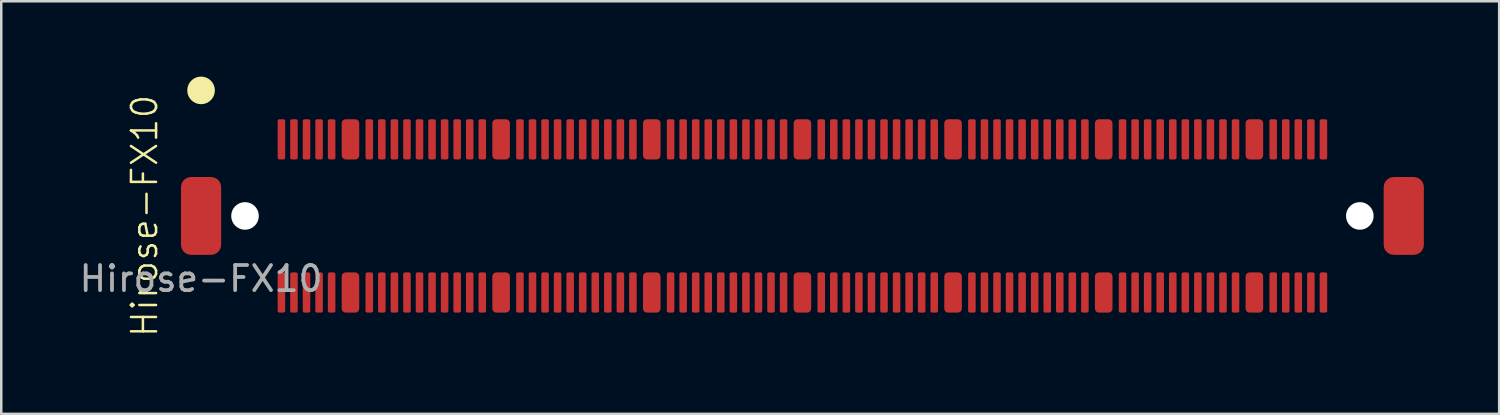
<source format=kicad_pcb>
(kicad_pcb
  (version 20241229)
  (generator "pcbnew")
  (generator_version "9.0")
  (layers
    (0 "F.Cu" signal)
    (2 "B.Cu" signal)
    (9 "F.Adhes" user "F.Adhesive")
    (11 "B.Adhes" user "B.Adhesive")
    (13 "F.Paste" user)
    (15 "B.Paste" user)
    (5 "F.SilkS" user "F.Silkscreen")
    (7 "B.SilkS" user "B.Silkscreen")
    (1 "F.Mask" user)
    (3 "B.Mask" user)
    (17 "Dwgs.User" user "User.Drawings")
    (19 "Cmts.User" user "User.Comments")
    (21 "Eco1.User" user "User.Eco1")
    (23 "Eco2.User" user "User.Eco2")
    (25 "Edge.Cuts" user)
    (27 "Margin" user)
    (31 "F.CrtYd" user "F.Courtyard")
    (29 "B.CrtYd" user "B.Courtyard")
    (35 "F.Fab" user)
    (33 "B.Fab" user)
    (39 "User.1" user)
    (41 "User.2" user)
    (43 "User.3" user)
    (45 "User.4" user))
  (footprint "Hirose-FX10"
    (layer "F.Cu")
    (at 4.958 5.55)
    (property "Reference" "Hirose-FX10" (at -2.25 0 90) (unlocked yes) (layer "F.SilkS") (effects (font (size 1 1) (thickness 0.1))))
    (attr smd)
    (fp_circle (center 0 -5) (end 0.5 -5) (stroke (width 0.1) (type solid)) (fill yes) (layer "F.SilkS"))
    (fp_text user "${REFERENCE}" (at 0 2.5 0) (unlocked yes) (layer "F.Fab") (effects (font (size 1 1) (thickness 0.15))))
    (pad "" np_thru_hole circle (at 1.75 0) (size 1.1 1.1) (drill 1.1) (layers "*.Cu" "*.Mask"))
    (pad "" np_thru_hole circle (at 46.15 0) (size 1.1 1.1) (drill 1.2) (layers "*.Cu" "*.Mask"))
    (pad "1" smd roundrect (at 3.2 -3.05) (size 0.3 1.6) (layers "F.Cu" "F.Mask" "F.Paste") (roundrect_rratio 0.227))
    (pad "2" smd roundrect (at 3.2 3.05) (size 0.3 1.6) (layers "F.Cu" "F.Mask" "F.Paste") (roundrect_rratio 0.227))
    (pad "3" smd roundrect (at 3.7 -3.05) (size 0.3 1.6) (layers "F.Cu" "F.Mask" "F.Paste") (roundrect_rratio 0.227))
    (pad "4" smd roundrect (at 3.7 3.05) (size 0.3 1.6) (layers "F.Cu" "F.Mask" "F.Paste") (roundrect_rratio 0.227))
    (pad "5" smd roundrect (at 4.2 -3.05) (size 0.3 1.6) (layers "F.Cu" "F.Mask" "F.Paste") (roundrect_rratio 0.227))
    (pad "6" smd roundrect (at 4.2 3.05) (size 0.3 1.6) (layers "F.Cu" "F.Mask" "F.Paste") (roundrect_rratio 0.227))
    (pad "7" smd roundrect (at 4.7 -3.05) (size 0.3 1.6) (layers "F.Cu" "F.Mask" "F.Paste") (roundrect_rratio 0.227))
    (pad "8" smd roundrect (at 4.7 3.05) (size 0.3 1.6) (layers "F.Cu" "F.Mask" "F.Paste") (roundrect_rratio 0.227))
    (pad "9" smd roundrect (at 5.2 -3.05) (size 0.3 1.6) (layers "F.Cu" "F.Mask" "F.Paste") (roundrect_rratio 0.227))
    (pad "10" smd roundrect (at 5.2 3.05) (size 0.3 1.6) (layers "F.Cu" "F.Mask" "F.Paste") (roundrect_rratio 0.227))
    (pad "11" smd roundrect (at 6.7 -3.05) (size 0.3 1.6) (layers "F.Cu" "F.Mask" "F.Paste") (roundrect_rratio 0.227))
    (pad "12" smd roundrect (at 6.7 3.05) (size 0.3 1.6) (layers "F.Cu" "F.Mask" "F.Paste") (roundrect_rratio 0.227))
    (pad "13" smd roundrect (at 7.2 -3.05) (size 0.3 1.6) (layers "F.Cu" "F.Mask" "F.Paste") (roundrect_rratio 0.227))
    (pad "14" smd roundrect (at 7.2 3.05) (size 0.3 1.6) (layers "F.Cu" "F.Mask" "F.Paste") (roundrect_rratio 0.227))
    (pad "15" smd roundrect (at 7.7 -3.05) (size 0.3 1.6) (layers "F.Cu" "F.Mask" "F.Paste") (roundrect_rratio 0.227))
    (pad "16" smd roundrect (at 7.7 3.05) (size 0.3 1.6) (layers "F.Cu" "F.Mask" "F.Paste") (roundrect_rratio 0.227))
    (pad "17" smd roundrect (at 8.2 -3.05) (size 0.3 1.6) (layers "F.Cu" "F.Mask" "F.Paste") (roundrect_rratio 0.227))
    (pad "18" smd roundrect (at 8.2 3.05) (size 0.3 1.6) (layers "F.Cu" "F.Mask" "F.Paste") (roundrect_rratio 0.227))
    (pad "19" smd roundrect (at 8.7 -3.05) (size 0.3 1.6) (layers "F.Cu" "F.Mask" "F.Paste") (roundrect_rratio 0.227))
    (pad "20" smd roundrect (at 8.7 3.05) (size 0.3 1.6) (layers "F.Cu" "F.Mask" "F.Paste") (roundrect_rratio 0.227))
    (pad "21" smd roundrect (at 9.2 -3.05) (size 0.3 1.6) (layers "F.Cu" "F.Mask" "F.Paste") (roundrect_rratio 0.227))
    (pad "22" smd roundrect (at 9.2 3.05) (size 0.3 1.6) (layers "F.Cu" "F.Mask" "F.Paste") (roundrect_rratio 0.227))
    (pad "23" smd roundrect (at 9.7 -3.05) (size 0.3 1.6) (layers "F.Cu" "F.Mask" "F.Paste") (roundrect_rratio 0.227))
    (pad "24" smd roundrect (at 9.7 3.05) (size 0.3 1.6) (layers "F.Cu" "F.Mask" "F.Paste") (roundrect_rratio 0.227))
    (pad "25" smd roundrect (at 10.2 -3.05) (size 0.3 1.6) (layers "F.Cu" "F.Mask" "F.Paste") (roundrect_rratio 0.227))
    (pad "26" smd roundrect (at 10.2 3.05) (size 0.3 1.6) (layers "F.Cu" "F.Mask" "F.Paste") (roundrect_rratio 0.227))
    (pad "27" smd roundrect (at 10.7 -3.05) (size 0.3 1.6) (layers "F.Cu" "F.Mask" "F.Paste") (roundrect_rratio 0.227))
    (pad "28" smd roundrect (at 10.7 3.05) (size 0.3 1.6) (layers "F.Cu" "F.Mask" "F.Paste") (roundrect_rratio 0.227))
    (pad "29" smd roundrect (at 11.2 -3.05) (size 0.3 1.6) (layers "F.Cu" "F.Mask" "F.Paste") (roundrect_rratio 0.227))
    (pad "30" smd roundrect (at 11.2 3.05) (size 0.3 1.6) (layers "F.Cu" "F.Mask" "F.Paste") (roundrect_rratio 0.227))
    (pad "31" smd roundrect (at 12.7 -3.05) (size 0.3 1.6) (layers "F.Cu" "F.Mask" "F.Paste") (roundrect_rratio 0.227))
    (pad "32" smd roundrect (at 12.7 3.05) (size 0.3 1.6) (layers "F.Cu" "F.Mask" "F.Paste") (roundrect_rratio 0.227))
    (pad "33" smd roundrect (at 13.2 -3.05) (size 0.3 1.6) (layers "F.Cu" "F.Mask" "F.Paste") (roundrect_rratio 0.227))
    (pad "34" smd roundrect (at 13.2 3.05) (size 0.3 1.6) (layers "F.Cu" "F.Mask" "F.Paste") (roundrect_rratio 0.227))
    (pad "35" smd roundrect (at 13.7 -3.05) (size 0.3 1.6) (layers "F.Cu" "F.Mask" "F.Paste") (roundrect_rratio 0.227))
    (pad "36" smd roundrect (at 13.7 3.05) (size 0.3 1.6) (layers "F.Cu" "F.Mask" "F.Paste") (roundrect_rratio 0.227))
    (pad "37" smd roundrect (at 14.2 -3.05) (size 0.3 1.6) (layers "F.Cu" "F.Mask" "F.Paste") (roundrect_rratio 0.227))
    (pad "38" smd roundrect (at 14.2 3.05) (size 0.3 1.6) (layers "F.Cu" "F.Mask" "F.Paste") (roundrect_rratio 0.227))
    (pad "39" smd roundrect (at 14.7 -3.05) (size 0.3 1.6) (layers "F.Cu" "F.Mask" "F.Paste") (roundrect_rratio 0.227))
    (pad "40" smd roundrect (at 14.7 3.05) (size 0.3 1.6) (layers "F.Cu" "F.Mask" "F.Paste") (roundrect_rratio 0.227))
    (pad "41" smd roundrect (at 15.2 -3.05) (size 0.3 1.6) (layers "F.Cu" "F.Mask" "F.Paste") (roundrect_rratio 0.227))
    (pad "42" smd roundrect (at 15.2 3.05) (size 0.3 1.6) (layers "F.Cu" "F.Mask" "F.Paste") (roundrect_rratio 0.227))
    (pad "43" smd roundrect (at 15.7 -3.05) (size 0.3 1.6) (layers "F.Cu" "F.Mask" "F.Paste") (roundrect_rratio 0.227))
    (pad "44" smd roundrect (at 15.7 3.05) (size 0.3 1.6) (layers "F.Cu" "F.Mask" "F.Paste") (roundrect_rratio 0.227))
    (pad "45" smd roundrect (at 16.2 -3.05) (size 0.3 1.6) (layers "F.Cu" "F.Mask" "F.Paste") (roundrect_rratio 0.227))
    (pad "46" smd roundrect (at 16.2 3.05) (size 0.3 1.6) (layers "F.Cu" "F.Mask" "F.Paste") (roundrect_rratio 0.227))
    (pad "47" smd roundrect (at 16.7 -3.05) (size 0.3 1.6) (layers "F.Cu" "F.Mask" "F.Paste") (roundrect_rratio 0.227))
    (pad "48" smd roundrect (at 16.7 3.05) (size 0.3 1.6) (layers "F.Cu" "F.Mask" "F.Paste") (roundrect_rratio 0.227))
    (pad "49" smd roundrect (at 17.2 -3.05) (size 0.3 1.6) (layers "F.Cu" "F.Mask" "F.Paste") (roundrect_rratio 0.227))
    (pad "50" smd roundrect (at 17.2 3.05) (size 0.3 1.6) (layers "F.Cu" "F.Mask" "F.Paste") (roundrect_rratio 0.227))
    (pad "51" smd roundrect (at 18.7 -3.05) (size 0.3 1.6) (layers "F.Cu" "F.Mask" "F.Paste") (roundrect_rratio 0.227))
    (pad "52" smd roundrect (at 18.7 3.05) (size 0.3 1.6) (layers "F.Cu" "F.Mask" "F.Paste") (roundrect_rratio 0.227))
    (pad "53" smd roundrect (at 19.2 -3.05) (size 0.3 1.6) (layers "F.Cu" "F.Mask" "F.Paste") (roundrect_rratio 0.227))
    (pad "54" smd roundrect (at 19.2 3.05) (size 0.3 1.6) (layers "F.Cu" "F.Mask" "F.Paste") (roundrect_rratio 0.227))
    (pad "55" smd roundrect (at 19.7 -3.05) (size 0.3 1.6) (layers "F.Cu" "F.Mask" "F.Paste") (roundrect_rratio 0.227))
    (pad "56" smd roundrect (at 19.7 3.05) (size 0.3 1.6) (layers "F.Cu" "F.Mask" "F.Paste") (roundrect_rratio 0.227))
    (pad "57" smd roundrect (at 20.2 -3.05) (size 0.3 1.6) (layers "F.Cu" "F.Mask" "F.Paste") (roundrect_rratio 0.227))
    (pad "58" smd roundrect (at 20.2 3.05) (size 0.3 1.6) (layers "F.Cu" "F.Mask" "F.Paste") (roundrect_rratio 0.227))
    (pad "59" smd roundrect (at 20.7 -3.05) (size 0.3 1.6) (layers "F.Cu" "F.Mask" "F.Paste") (roundrect_rratio 0.227))
    (pad "60" smd roundrect (at 20.7 3.05) (size 0.3 1.6) (layers "F.Cu" "F.Mask" "F.Paste") (roundrect_rratio 0.227))
    (pad "61" smd roundrect (at 21.2 -3.05) (size 0.3 1.6) (layers "F.Cu" "F.Mask" "F.Paste") (roundrect_rratio 0.227))
    (pad "62" smd roundrect (at 21.2 3.05) (size 0.3 1.6) (layers "F.Cu" "F.Mask" "F.Paste") (roundrect_rratio 0.227))
    (pad "63" smd roundrect (at 21.7 -3.05) (size 0.3 1.6) (layers "F.Cu" "F.Mask" "F.Paste") (roundrect_rratio 0.227))
    (pad "64" smd roundrect (at 21.7 3.05) (size 0.3 1.6) (layers "F.Cu" "F.Mask" "F.Paste") (roundrect_rratio 0.227))
    (pad "65" smd roundrect (at 22.2 -3.05) (size 0.3 1.6) (layers "F.Cu" "F.Mask" "F.Paste") (roundrect_rratio 0.227))
    (pad "66" smd roundrect (at 22.2 3.05) (size 0.3 1.6) (layers "F.Cu" "F.Mask" "F.Paste") (roundrect_rratio 0.227))
    (pad "67" smd roundrect (at 22.7 -3.05) (size 0.3 1.6) (layers "F.Cu" "F.Mask" "F.Paste") (roundrect_rratio 0.227))
    (pad "68" smd roundrect (at 22.7 3.05) (size 0.3 1.6) (layers "F.Cu" "F.Mask" "F.Paste") (roundrect_rratio 0.227))
    (pad "69" smd roundrect (at 23.2 -3.05) (size 0.3 1.6) (layers "F.Cu" "F.Mask" "F.Paste") (roundrect_rratio 0.227))
    (pad "70" smd roundrect (at 23.2 3.05) (size 0.3 1.6) (layers "F.Cu" "F.Mask" "F.Paste") (roundrect_rratio 0.227))
    (pad "71" smd roundrect (at 24.7 -3.05) (size 0.3 1.6) (layers "F.Cu" "F.Mask" "F.Paste") (roundrect_rratio 0.227))
    (pad "72" smd roundrect (at 24.7 3.05) (size 0.3 1.6) (layers "F.Cu" "F.Mask" "F.Paste") (roundrect_rratio 0.227))
    (pad "73" smd roundrect (at 25.2 -3.05) (size 0.3 1.6) (layers "F.Cu" "F.Mask" "F.Paste") (roundrect_rratio 0.227))
    (pad "74" smd roundrect (at 25.2 3.05) (size 0.3 1.6) (layers "F.Cu" "F.Mask" "F.Paste") (roundrect_rratio 0.227))
    (pad "75" smd roundrect (at 25.7 -3.05) (size 0.3 1.6) (layers "F.Cu" "F.Mask" "F.Paste") (roundrect_rratio 0.227))
    (pad "76" smd roundrect (at 25.7 3.05) (size 0.3 1.6) (layers "F.Cu" "F.Mask" "F.Paste") (roundrect_rratio 0.227))
    (pad "77" smd roundrect (at 26.2 -3.05) (size 0.3 1.6) (layers "F.Cu" "F.Mask" "F.Paste") (roundrect_rratio 0.227))
    (pad "78" smd roundrect (at 26.2 3.05) (size 0.3 1.6) (layers "F.Cu" "F.Mask" "F.Paste") (roundrect_rratio 0.227))
    (pad "79" smd roundrect (at 26.7 -3.05) (size 0.3 1.6) (layers "F.Cu" "F.Mask" "F.Paste") (roundrect_rratio 0.227))
    (pad "80" smd roundrect (at 26.7 3.05) (size 0.3 1.6) (layers "F.Cu" "F.Mask" "F.Paste") (roundrect_rratio 0.227))
    (pad "81" smd roundrect (at 27.2 -3.05) (size 0.3 1.6) (layers "F.Cu" "F.Mask" "F.Paste") (roundrect_rratio 0.227))
    (pad "82" smd roundrect (at 27.2 3.05) (size 0.3 1.6) (layers "F.Cu" "F.Mask" "F.Paste") (roundrect_rratio 0.227))
    (pad "83" smd roundrect (at 27.7 -3.05) (size 0.3 1.6) (layers "F.Cu" "F.Mask" "F.Paste") (roundrect_rratio 0.227))
    (pad "84" smd roundrect (at 27.7 3.05) (size 0.3 1.6) (layers "F.Cu" "F.Mask" "F.Paste") (roundrect_rratio 0.227))
    (pad "85" smd roundrect (at 28.2 -3.05) (size 0.3 1.6) (layers "F.Cu" "F.Mask" "F.Paste") (roundrect_rratio 0.227))
    (pad "86" smd roundrect (at 28.2 3.05) (size 0.3 1.6) (layers "F.Cu" "F.Mask" "F.Paste") (roundrect_rratio 0.227))
    (pad "87" smd roundrect (at 28.7 -3.05) (size 0.3 1.6) (layers "F.Cu" "F.Mask" "F.Paste") (roundrect_rratio 0.227))
    (pad "88" smd roundrect (at 28.7 3.05) (size 0.3 1.6) (layers "F.Cu" "F.Mask" "F.Paste") (roundrect_rratio 0.227))
    (pad "89" smd roundrect (at 29.2 -3.05) (size 0.3 1.6) (layers "F.Cu" "F.Mask" "F.Paste") (roundrect_rratio 0.227))
    (pad "90" smd roundrect (at 29.2 3.05) (size 0.3 1.6) (layers "F.Cu" "F.Mask" "F.Paste") (roundrect_rratio 0.227))
    (pad "91" smd roundrect (at 30.7 -3.05) (size 0.3 1.6) (layers "F.Cu" "F.Mask" "F.Paste") (roundrect_rratio 0.227))
    (pad "92" smd roundrect (at 30.7 3.05) (size 0.3 1.6) (layers "F.Cu" "F.Mask" "F.Paste") (roundrect_rratio 0.227))
    (pad "93" smd roundrect (at 31.2 -3.05) (size 0.3 1.6) (layers "F.Cu" "F.Mask" "F.Paste") (roundrect_rratio 0.227))
    (pad "94" smd roundrect (at 31.2 3.05) (size 0.3 1.6) (layers "F.Cu" "F.Mask" "F.Paste") (roundrect_rratio 0.227))
    (pad "95" smd roundrect (at 31.7 -3.05) (size 0.3 1.6) (layers "F.Cu" "F.Mask" "F.Paste") (roundrect_rratio 0.227))
    (pad "96" smd roundrect (at 31.7 3.05) (size 0.3 1.6) (layers "F.Cu" "F.Mask" "F.Paste") (roundrect_rratio 0.227))
    (pad "97" smd roundrect (at 32.2 -3.05) (size 0.3 1.6) (layers "F.Cu" "F.Mask" "F.Paste") (roundrect_rratio 0.227))
    (pad "98" smd roundrect (at 32.2 3.05) (size 0.3 1.6) (layers "F.Cu" "F.Mask" "F.Paste") (roundrect_rratio 0.227))
    (pad "99" smd roundrect (at 32.7 -3.05) (size 0.3 1.6) (layers "F.Cu" "F.Mask" "F.Paste") (roundrect_rratio 0.227))
    (pad "100" smd roundrect (at 32.7 3.05) (size 0.3 1.6) (layers "F.Cu" "F.Mask" "F.Paste") (roundrect_rratio 0.227))
    (pad "101" smd roundrect (at 33.2 -3.05) (size 0.3 1.6) (layers "F.Cu" "F.Mask" "F.Paste") (roundrect_rratio 0.227))
    (pad "102" smd roundrect (at 33.2 3.05) (size 0.3 1.6) (layers "F.Cu" "F.Mask" "F.Paste") (roundrect_rratio 0.227))
    (pad "103" smd roundrect (at 33.7 -3.05) (size 0.3 1.6) (layers "F.Cu" "F.Mask" "F.Paste") (roundrect_rratio 0.227))
    (pad "104" smd roundrect (at 33.7 3.05) (size 0.3 1.6) (layers "F.Cu" "F.Mask" "F.Paste") (roundrect_rratio 0.227))
    (pad "105" smd roundrect (at 34.2 -3.05) (size 0.3 1.6) (layers "F.Cu" "F.Mask" "F.Paste") (roundrect_rratio 0.227))
    (pad "106" smd roundrect (at 34.2 3.05) (size 0.3 1.6) (layers "F.Cu" "F.Mask" "F.Paste") (roundrect_rratio 0.227))
    (pad "107" smd roundrect (at 34.7 -3.05) (size 0.3 1.6) (layers "F.Cu" "F.Mask" "F.Paste") (roundrect_rratio 0.227))
    (pad "108" smd roundrect (at 34.7 3.05) (size 0.3 1.6) (layers "F.Cu" "F.Mask" "F.Paste") (roundrect_rratio 0.227))
    (pad "109" smd roundrect (at 35.2 -3.05) (size 0.3 1.6) (layers "F.Cu" "F.Mask" "F.Paste") (roundrect_rratio 0.227))
    (pad "110" smd roundrect (at 35.2 3.05) (size 0.3 1.6) (layers "F.Cu" "F.Mask" "F.Paste") (roundrect_rratio 0.227))
    (pad "111" smd roundrect (at 36.7 -3.05) (size 0.3 1.6) (layers "F.Cu" "F.Mask" "F.Paste") (roundrect_rratio 0.227))
    (pad "112" smd roundrect (at 36.7 3.05) (size 0.3 1.6) (layers "F.Cu" "F.Mask" "F.Paste") (roundrect_rratio 0.227))
    (pad "113" smd roundrect (at 37.2 -3.05) (size 0.3 1.6) (layers "F.Cu" "F.Mask" "F.Paste") (roundrect_rratio 0.227))
    (pad "114" smd roundrect (at 37.2 3.05) (size 0.3 1.6) (layers "F.Cu" "F.Mask" "F.Paste") (roundrect_rratio 0.227))
    (pad "115" smd roundrect (at 37.7 -3.05) (size 0.3 1.6) (layers "F.Cu" "F.Mask" "F.Paste") (roundrect_rratio 0.227))
    (pad "116" smd roundrect (at 37.7 3.05) (size 0.3 1.6) (layers "F.Cu" "F.Mask" "F.Paste") (roundrect_rratio 0.227))
    (pad "117" smd roundrect (at 38.2 -3.05) (size 0.3 1.6) (layers "F.Cu" "F.Mask" "F.Paste") (roundrect_rratio 0.227))
    (pad "118" smd roundrect (at 38.2 3.05) (size 0.3 1.6) (layers "F.Cu" "F.Mask" "F.Paste") (roundrect_rratio 0.227))
    (pad "119" smd roundrect (at 38.7 -3.05) (size 0.3 1.6) (layers "F.Cu" "F.Mask" "F.Paste") (roundrect_rratio 0.227))
    (pad "120" smd roundrect (at 38.7 3.05) (size 0.3 1.6) (layers "F.Cu" "F.Mask" "F.Paste") (roundrect_rratio 0.227))
    (pad "121" smd roundrect (at 39.2 -3.05) (size 0.3 1.6) (layers "F.Cu" "F.Mask" "F.Paste") (roundrect_rratio 0.227))
    (pad "122" smd roundrect (at 39.2 3.05) (size 0.3 1.6) (layers "F.Cu" "F.Mask" "F.Paste") (roundrect_rratio 0.227))
    (pad "123" smd roundrect (at 39.7 -3.05) (size 0.3 1.6) (layers "F.Cu" "F.Mask" "F.Paste") (roundrect_rratio 0.227))
    (pad "124" smd roundrect (at 39.7 3.05) (size 0.3 1.6) (layers "F.Cu" "F.Mask" "F.Paste") (roundrect_rratio 0.227))
    (pad "125" smd roundrect (at 40.2 -3.05) (size 0.3 1.6) (layers "F.Cu" "F.Mask" "F.Paste") (roundrect_rratio 0.227))
    (pad "126" smd roundrect (at 40.2 3.05) (size 0.3 1.6) (layers "F.Cu" "F.Mask" "F.Paste") (roundrect_rratio 0.227))
    (pad "127" smd roundrect (at 40.7 -3.05) (size 0.3 1.6) (layers "F.Cu" "F.Mask" "F.Paste") (roundrect_rratio 0.227))
    (pad "128" smd roundrect (at 40.7 3.05) (size 0.3 1.6) (layers "F.Cu" "F.Mask" "F.Paste") (roundrect_rratio 0.227))
    (pad "129" smd roundrect (at 41.2 -3.05) (size 0.3 1.6) (layers "F.Cu" "F.Mask" "F.Paste") (roundrect_rratio 0.227))
    (pad "130" smd roundrect (at 41.2 3.05) (size 0.3 1.6) (layers "F.Cu" "F.Mask" "F.Paste") (roundrect_rratio 0.227))
    (pad "131" smd roundrect (at 42.7 -3.05) (size 0.3 1.6) (layers "F.Cu" "F.Mask" "F.Paste") (roundrect_rratio 0.227))
    (pad "132" smd roundrect (at 42.7 3.05) (size 0.3 1.6) (layers "F.Cu" "F.Mask" "F.Paste") (roundrect_rratio 0.227))
    (pad "133" smd roundrect (at 43.2 -3.05) (size 0.3 1.6) (layers "F.Cu" "F.Mask" "F.Paste") (roundrect_rratio 0.227))
    (pad "134" smd roundrect (at 43.2 3.05) (size 0.3 1.6) (layers "F.Cu" "F.Mask" "F.Paste") (roundrect_rratio 0.227))
    (pad "135" smd roundrect (at 43.7 -3.05) (size 0.3 1.6) (layers "F.Cu" "F.Mask" "F.Paste") (roundrect_rratio 0.227))
    (pad "136" smd roundrect (at 43.7 3.05) (size 0.3 1.6) (layers "F.Cu" "F.Mask" "F.Paste") (roundrect_rratio 0.227))
    (pad "137" smd roundrect (at 44.2 -3.05) (size 0.3 1.6) (layers "F.Cu" "F.Mask" "F.Paste") (roundrect_rratio 0.227))
    (pad "138" smd roundrect (at 44.2 3.05) (size 0.3 1.6) (layers "F.Cu" "F.Mask" "F.Paste") (roundrect_rratio 0.227))
    (pad "139" smd roundrect (at 44.7 -3.05) (size 0.3 1.6) (layers "F.Cu" "F.Mask" "F.Paste") (roundrect_rratio 0.227))
    (pad "140" smd roundrect (at 44.7 3.05) (size 0.3 1.6) (layers "F.Cu" "F.Mask" "F.Paste") (roundrect_rratio 0.227))
    (pad "141" smd roundrect (at 0 0) (size 1.6 3.1) (layers "F.Cu" "F.Mask" "F.Paste") (roundrect_rratio 0.25))
    (pad "141" smd roundrect (at 5.95 -3.05) (size 0.7 1.6) (layers "F.Cu" "F.Mask" "F.Paste") (roundrect_rratio 0.227))
    (pad "141" smd roundrect (at 5.95 3.05) (size 0.7 1.6) (layers "F.Cu" "F.Mask" "F.Paste") (roundrect_rratio 0.227))
    (pad "141" smd roundrect (at 11.95 -3.05) (size 0.7 1.6) (layers "F.Cu" "F.Mask" "F.Paste") (roundrect_rratio 0.227))
    (pad "141" smd roundrect (at 11.95 3.05) (size 0.7 1.6) (layers "F.Cu" "F.Mask" "F.Paste") (roundrect_rratio 0.227))
    (pad "141" smd roundrect (at 17.95 -3.05) (size 0.7 1.6) (layers "F.Cu" "F.Mask" "F.Paste") (roundrect_rratio 0.227))
    (pad "141" smd roundrect (at 17.95 3.05) (size 0.7 1.6) (layers "F.Cu" "F.Mask" "F.Paste") (roundrect_rratio 0.227))
    (pad "141" smd roundrect (at 23.95 -3.05) (size 0.7 1.6) (layers "F.Cu" "F.Mask" "F.Paste") (roundrect_rratio 0.227))
    (pad "141" smd roundrect (at 23.95 3.05) (size 0.7 1.6) (layers "F.Cu" "F.Mask" "F.Paste") (roundrect_rratio 0.227))
    (pad "141" smd roundrect (at 29.95 -3.05) (size 0.7 1.6) (layers "F.Cu" "F.Mask" "F.Paste") (roundrect_rratio 0.227))
    (pad "141" smd roundrect (at 29.95 3.05) (size 0.7 1.6) (layers "F.Cu" "F.Mask" "F.Paste") (roundrect_rratio 0.227))
    (pad "141" smd roundrect (at 35.95 -3.05) (size 0.7 1.6) (layers "F.Cu" "F.Mask" "F.Paste") (roundrect_rratio 0.227))
    (pad "141" smd roundrect (at 35.95 3.05) (size 0.7 1.6) (layers "F.Cu" "F.Mask" "F.Paste") (roundrect_rratio 0.227))
    (pad "141" smd roundrect (at 41.95 -3.05) (size 0.7 1.6) (layers "F.Cu" "F.Mask" "F.Paste") (roundrect_rratio 0.227))
    (pad "141" smd roundrect (at 41.95 3.05) (size 0.7 1.6) (layers "F.Cu" "F.Mask" "F.Paste") (roundrect_rratio 0.227))
    (pad "141" smd roundrect (at 47.9 0) (size 1.6 3.1) (layers "F.Cu" "F.Mask" "F.Paste") (roundrect_rratio 0.25)))
  (gr_rect
    (start -3 -3)
    (end 56.658 13.433)
    (stroke (width 0.1) (type default))
    (fill no)
    (layer "Edge.Cuts")))
</source>
